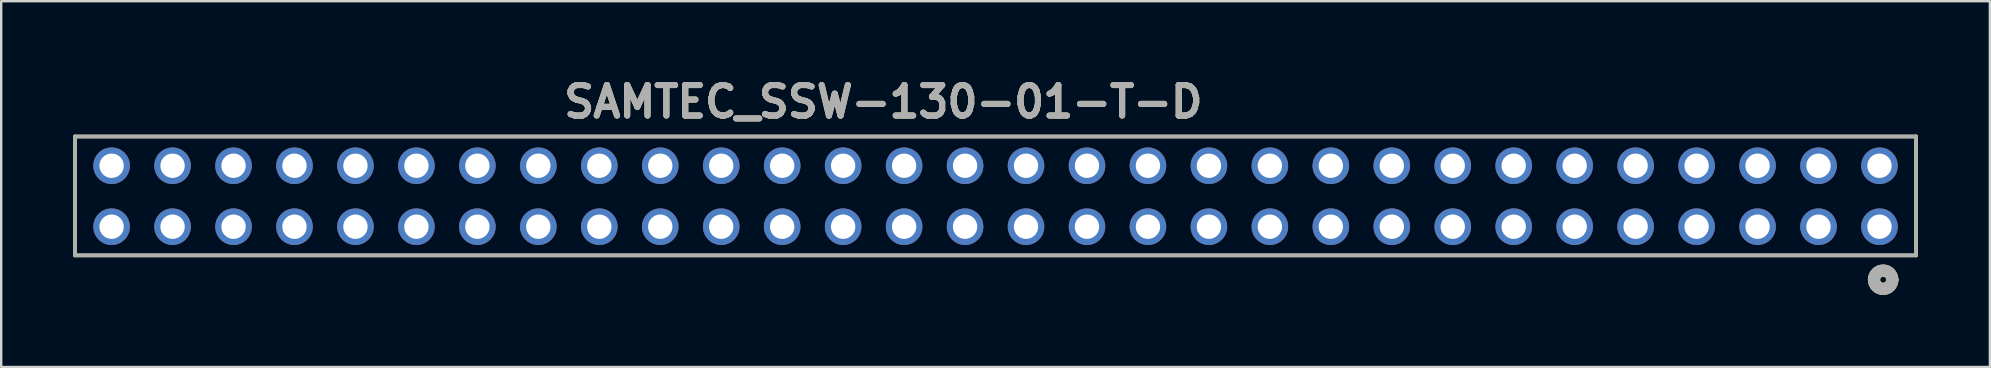
<source format=kicad_pcb>
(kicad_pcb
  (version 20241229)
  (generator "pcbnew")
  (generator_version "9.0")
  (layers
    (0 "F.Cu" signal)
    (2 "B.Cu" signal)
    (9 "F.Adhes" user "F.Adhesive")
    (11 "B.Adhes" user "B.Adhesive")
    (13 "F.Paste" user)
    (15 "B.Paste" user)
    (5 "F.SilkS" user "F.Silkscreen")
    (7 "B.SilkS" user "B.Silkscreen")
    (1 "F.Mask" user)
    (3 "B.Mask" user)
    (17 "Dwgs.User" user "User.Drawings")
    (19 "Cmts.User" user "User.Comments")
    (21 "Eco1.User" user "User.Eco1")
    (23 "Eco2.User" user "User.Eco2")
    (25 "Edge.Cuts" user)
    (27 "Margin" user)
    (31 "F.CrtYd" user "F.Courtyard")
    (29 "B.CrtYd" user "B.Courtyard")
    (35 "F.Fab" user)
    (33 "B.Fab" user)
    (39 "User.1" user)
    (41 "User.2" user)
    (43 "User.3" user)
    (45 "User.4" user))
  (footprint "SAMTEC_SSW-130-01-T-D"
    (layer "F.Cu")
    (at 1.6 3.856)
    (property "Reference" "SAMTEC_SSW-130-01-T-D" (at 32.156 -2.667 0) (layer "F.SilkS") (effects (font (size 1.27 1.27) (thickness 0.254))))
    (attr through_hole)
    (fp_line (start -1.524 -1.219) (end -1.524 3.734) (stroke (width 0.152) (type solid)) (layer "F.SilkS"))
    (fp_line (start -1.524 3.734) (end 75.184 3.734) (stroke (width 0.152) (type solid)) (layer "F.SilkS"))
    (fp_line (start 75.184 -1.219) (end -1.524 -1.219) (stroke (width 0.152) (type solid)) (layer "F.SilkS"))
    (fp_line (start 75.184 3.734) (end 75.184 -1.219) (stroke (width 0.152) (type solid)) (layer "F.SilkS"))
    (fp_arc (start 73.4314 4.7498) (mid 73.8124 4.3688) (end 74.1934 4.7498) (stroke (width 0.508) (type solid)) (layer "F.SilkS"))
    (fp_arc (start 74.1934 4.7498) (mid 73.8124 5.1308) (end 73.4314 4.7498) (stroke (width 0.508) (type solid)) (layer "F.SilkS"))
    (fp_line (start -1.524 -1.219) (end -1.524 3.734) (stroke (width 0.152) (type solid)) (layer "F.Fab"))
    (fp_line (start -1.524 3.734) (end 75.184 3.734) (stroke (width 0.152) (type solid)) (layer "F.Fab"))
    (fp_line (start 75.184 -1.219) (end -1.524 -1.219) (stroke (width 0.152) (type solid)) (layer "F.Fab"))
    (fp_line (start 75.184 3.734) (end 75.184 -1.219) (stroke (width 0.152) (type solid)) (layer "F.Fab"))
    (fp_arc (start 73.4314 4.7498) (mid 73.8124 4.3688) (end 74.1934 4.7498) (stroke (width 0.508) (type solid)) (layer "F.Fab"))
    (fp_arc (start 74.1934 4.7498) (mid 73.8124 5.1308) (end 73.4314 4.7498) (stroke (width 0.508) (type solid)) (layer "F.Fab"))
    (fp_text user "${REFERENCE}" (at 32.156 -2.667 0) (layer "F.Fab") (effects (font (size 1.27 1.27) (thickness 0.254))))
    (pad "1" thru_hole circle (at 73.66 2.54) (size 1.524 1.524) (drill 1.016) (layers "*.Cu" "*.Mask"))
    (pad "2" thru_hole circle (at 73.66 0) (size 1.524 1.524) (drill 1.016) (layers "*.Cu" "*.Mask"))
    (pad "3" thru_hole circle (at 71.12 2.54) (size 1.524 1.524) (drill 1.016) (layers "*.Cu" "*.Mask"))
    (pad "4" thru_hole circle (at 71.12 0) (size 1.524 1.524) (drill 1.016) (layers "*.Cu" "*.Mask"))
    (pad "5" thru_hole circle (at 68.58 2.54) (size 1.524 1.524) (drill 1.016) (layers "*.Cu" "*.Mask"))
    (pad "6" thru_hole circle (at 68.58 0) (size 1.524 1.524) (drill 1.016) (layers "*.Cu" "*.Mask"))
    (pad "7" thru_hole circle (at 66.04 2.54) (size 1.524 1.524) (drill 1.016) (layers "*.Cu" "*.Mask"))
    (pad "8" thru_hole circle (at 66.04 0) (size 1.524 1.524) (drill 1.016) (layers "*.Cu" "*.Mask"))
    (pad "9" thru_hole circle (at 63.5 2.54) (size 1.524 1.524) (drill 1.016) (layers "*.Cu" "*.Mask"))
    (pad "10" thru_hole circle (at 63.5 0) (size 1.524 1.524) (drill 1.016) (layers "*.Cu" "*.Mask"))
    (pad "11" thru_hole circle (at 60.96 2.54) (size 1.524 1.524) (drill 1.016) (layers "*.Cu" "*.Mask"))
    (pad "12" thru_hole circle (at 60.96 0) (size 1.524 1.524) (drill 1.016) (layers "*.Cu" "*.Mask"))
    (pad "13" thru_hole circle (at 58.42 2.54) (size 1.524 1.524) (drill 1.016) (layers "*.Cu" "*.Mask"))
    (pad "14" thru_hole circle (at 58.42 0) (size 1.524 1.524) (drill 1.016) (layers "*.Cu" "*.Mask"))
    (pad "15" thru_hole circle (at 55.88 2.54) (size 1.524 1.524) (drill 1.016) (layers "*.Cu" "*.Mask"))
    (pad "16" thru_hole circle (at 55.88 0) (size 1.524 1.524) (drill 1.016) (layers "*.Cu" "*.Mask"))
    (pad "17" thru_hole circle (at 53.34 2.54) (size 1.524 1.524) (drill 1.016) (layers "*.Cu" "*.Mask"))
    (pad "18" thru_hole circle (at 53.34 0) (size 1.524 1.524) (drill 1.016) (layers "*.Cu" "*.Mask"))
    (pad "19" thru_hole circle (at 50.8 2.54) (size 1.524 1.524) (drill 1.016) (layers "*.Cu" "*.Mask"))
    (pad "20" thru_hole circle (at 50.8 0) (size 1.524 1.524) (drill 1.016) (layers "*.Cu" "*.Mask"))
    (pad "21" thru_hole circle (at 48.26 2.54) (size 1.524 1.524) (drill 1.016) (layers "*.Cu" "*.Mask"))
    (pad "22" thru_hole circle (at 48.26 0) (size 1.524 1.524) (drill 1.016) (layers "*.Cu" "*.Mask"))
    (pad "23" thru_hole circle (at 45.72 2.54) (size 1.524 1.524) (drill 1.016) (layers "*.Cu" "*.Mask"))
    (pad "24" thru_hole circle (at 45.72 0) (size 1.524 1.524) (drill 1.016) (layers "*.Cu" "*.Mask"))
    (pad "25" thru_hole circle (at 43.18 2.54) (size 1.524 1.524) (drill 1.016) (layers "*.Cu" "*.Mask"))
    (pad "26" thru_hole circle (at 43.18 0) (size 1.524 1.524) (drill 1.016) (layers "*.Cu" "*.Mask"))
    (pad "27" thru_hole circle (at 40.64 2.54) (size 1.524 1.524) (drill 1.016) (layers "*.Cu" "*.Mask"))
    (pad "28" thru_hole circle (at 40.64 0) (size 1.524 1.524) (drill 1.016) (layers "*.Cu" "*.Mask"))
    (pad "29" thru_hole circle (at 38.1 2.54) (size 1.524 1.524) (drill 1.016) (layers "*.Cu" "*.Mask"))
    (pad "30" thru_hole circle (at 38.1 0) (size 1.524 1.524) (drill 1.016) (layers "*.Cu" "*.Mask"))
    (pad "31" thru_hole circle (at 35.56 2.54) (size 1.524 1.524) (drill 1.016) (layers "*.Cu" "*.Mask"))
    (pad "32" thru_hole circle (at 35.56 0) (size 1.524 1.524) (drill 1.016) (layers "*.Cu" "*.Mask"))
    (pad "33" thru_hole circle (at 33.02 2.54) (size 1.524 1.524) (drill 1.016) (layers "*.Cu" "*.Mask"))
    (pad "34" thru_hole circle (at 33.02 0) (size 1.524 1.524) (drill 1.016) (layers "*.Cu" "*.Mask"))
    (pad "35" thru_hole circle (at 30.48 2.54) (size 1.524 1.524) (drill 1.016) (layers "*.Cu" "*.Mask"))
    (pad "36" thru_hole circle (at 30.48 0) (size 1.524 1.524) (drill 1.016) (layers "*.Cu" "*.Mask"))
    (pad "37" thru_hole circle (at 27.94 2.54) (size 1.524 1.524) (drill 1.016) (layers "*.Cu" "*.Mask"))
    (pad "38" thru_hole circle (at 27.94 0) (size 1.524 1.524) (drill 1.016) (layers "*.Cu" "*.Mask"))
    (pad "39" thru_hole circle (at 25.4 2.54) (size 1.524 1.524) (drill 1.016) (layers "*.Cu" "*.Mask"))
    (pad "40" thru_hole circle (at 25.4 0) (size 1.524 1.524) (drill 1.016) (layers "*.Cu" "*.Mask"))
    (pad "41" thru_hole circle (at 22.86 2.54) (size 1.524 1.524) (drill 1.016) (layers "*.Cu" "*.Mask"))
    (pad "42" thru_hole circle (at 22.86 0) (size 1.524 1.524) (drill 1.016) (layers "*.Cu" "*.Mask"))
    (pad "43" thru_hole circle (at 20.32 2.54) (size 1.524 1.524) (drill 1.016) (layers "*.Cu" "*.Mask"))
    (pad "44" thru_hole circle (at 20.32 0) (size 1.524 1.524) (drill 1.016) (layers "*.Cu" "*.Mask"))
    (pad "45" thru_hole circle (at 17.78 2.54) (size 1.524 1.524) (drill 1.016) (layers "*.Cu" "*.Mask"))
    (pad "46" thru_hole circle (at 17.78 0) (size 1.524 1.524) (drill 1.016) (layers "*.Cu" "*.Mask"))
    (pad "47" thru_hole circle (at 15.24 2.54) (size 1.524 1.524) (drill 1.016) (layers "*.Cu" "*.Mask"))
    (pad "48" thru_hole circle (at 15.24 0) (size 1.524 1.524) (drill 1.016) (layers "*.Cu" "*.Mask"))
    (pad "49" thru_hole circle (at 12.7 2.54) (size 1.524 1.524) (drill 1.016) (layers "*.Cu" "*.Mask"))
    (pad "50" thru_hole circle (at 12.7 0) (size 1.524 1.524) (drill 1.016) (layers "*.Cu" "*.Mask"))
    (pad "51" thru_hole circle (at 10.16 2.54) (size 1.524 1.524) (drill 1.016) (layers "*.Cu" "*.Mask"))
    (pad "52" thru_hole circle (at 10.16 0) (size 1.524 1.524) (drill 1.016) (layers "*.Cu" "*.Mask"))
    (pad "53" thru_hole circle (at 7.62 2.54) (size 1.524 1.524) (drill 1.016) (layers "*.Cu" "*.Mask"))
    (pad "54" thru_hole circle (at 7.62 0) (size 1.524 1.524) (drill 1.016) (layers "*.Cu" "*.Mask"))
    (pad "55" thru_hole circle (at 5.08 2.54) (size 1.524 1.524) (drill 1.016) (layers "*.Cu" "*.Mask"))
    (pad "56" thru_hole circle (at 5.08 0) (size 1.524 1.524) (drill 1.016) (layers "*.Cu" "*.Mask"))
    (pad "57" thru_hole circle (at 2.54 2.54) (size 1.524 1.524) (drill 1.016) (layers "*.Cu" "*.Mask"))
    (pad "58" thru_hole circle (at 2.54 0) (size 1.524 1.524) (drill 1.016) (layers "*.Cu" "*.Mask"))
    (pad "59" thru_hole circle (at 0 2.54) (size 1.524 1.524) (drill 1.016) (layers "*.Cu" "*.Mask"))
    (pad "60" thru_hole circle (at 0 0) (size 1.524 1.524) (drill 1.016) (layers "*.Cu" "*.Mask")))
  (gr_rect
    (start -3 -3)
    (end 79.86 12.241)
    (stroke (width 0.1) (type default))
    (fill no)
    (layer "Edge.Cuts")))
</source>
